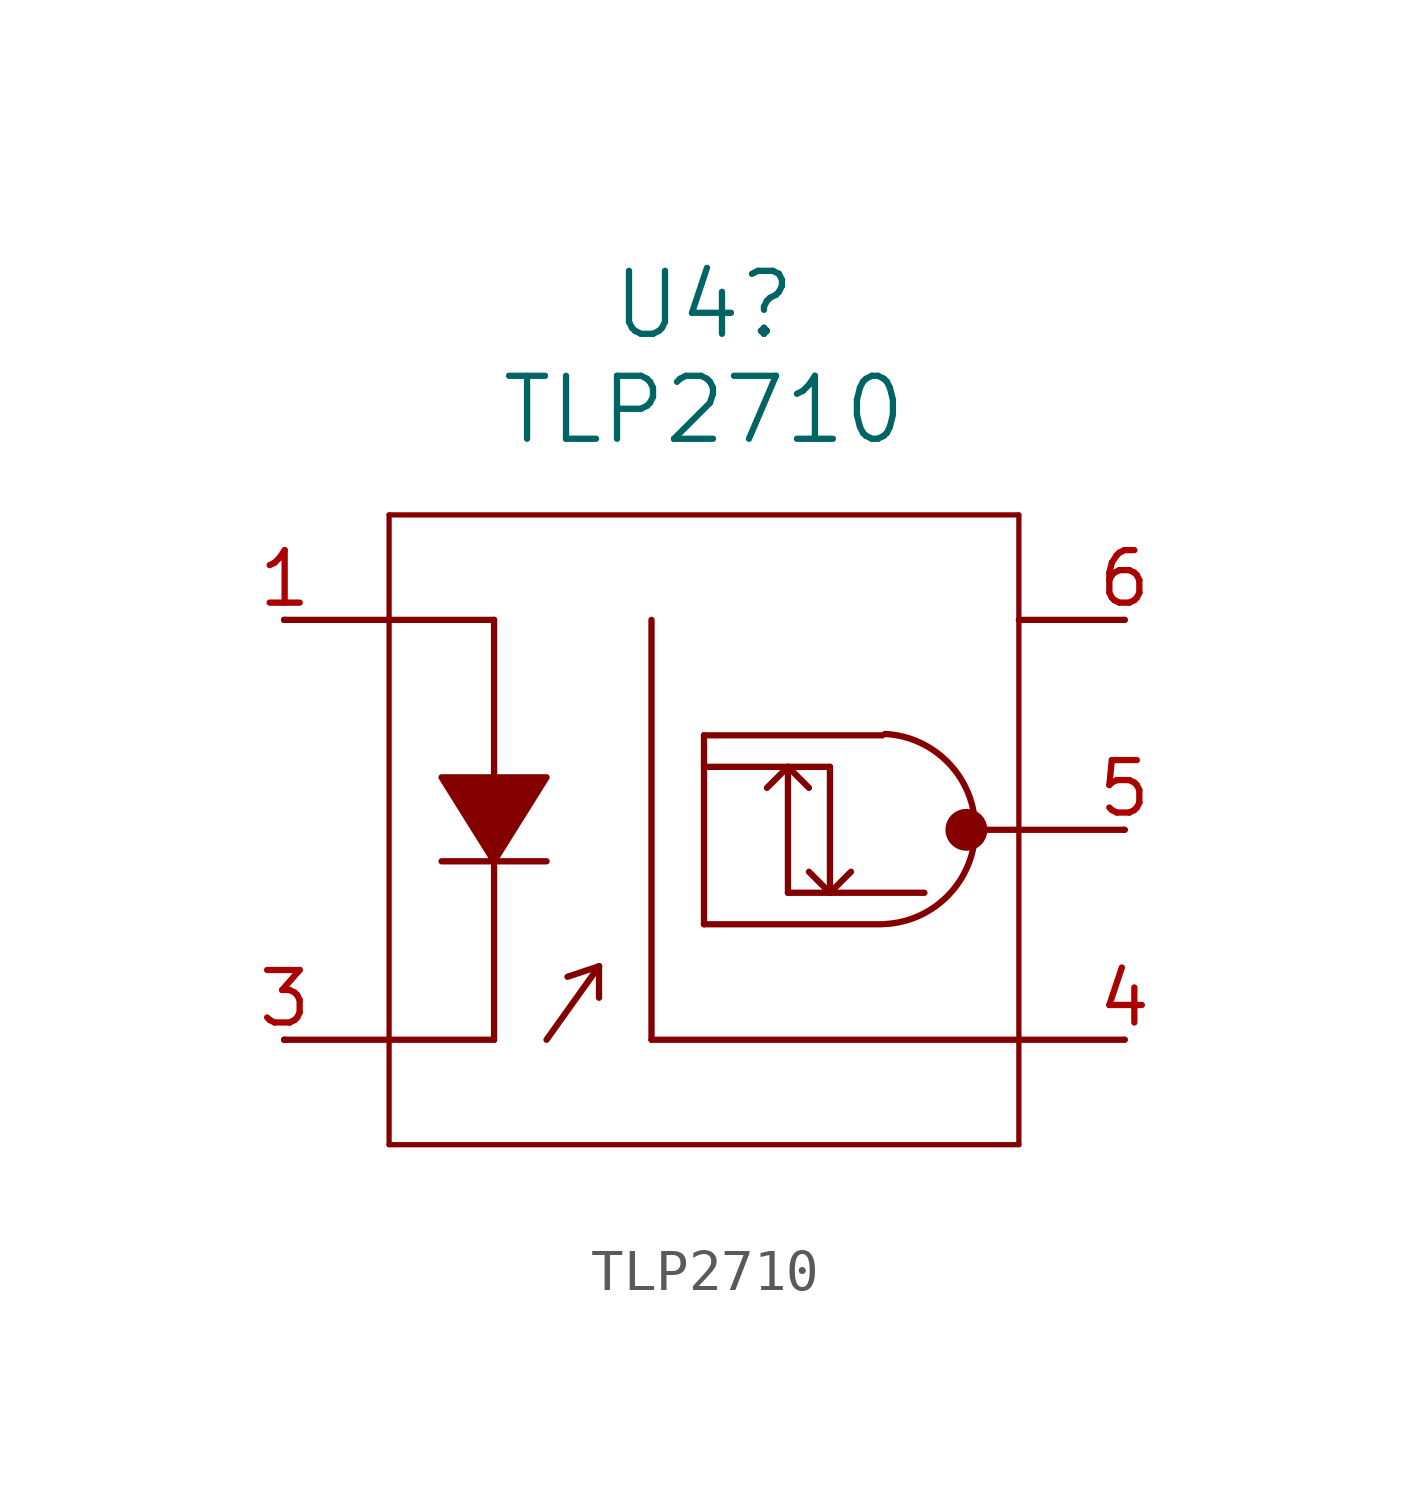
<source format=kicad_sym>
(kicad_symbol_lib
  (version 20231120)
  (generator "kicad_symbol_editor")
  (generator_version "8.0")
  (symbol "TLP2710"
    (pin_names
      (offset 0.254) hide)
    (property "Reference" "U4"
      (at 7.62 5.08 0)
      (effects (font (size 1.524 1.524))))
    (property "Value" "TLP2710"
      (at 7.62 2.54 0)
      (effects (font (size 1.524 1.524))))
    (symbol "TLP2710_0_1"
      (polyline (pts (xy -2.54 -12.7) (xy 0 -12.7)) (stroke (width 0) (type default)) (fill (type none)))
      (polyline (pts (xy -2.54 -2.54) (xy 0 -2.54)) (stroke (width 0) (type default)) (fill (type none)))
      (polyline (pts (xy 0 -15.24) (xy 0 0)) (stroke (width 0.127) (type default)) (fill (type none)))
      (polyline (pts (xy 0 0) (xy 15.24 0)) (stroke (width 0.127) (type default)) (fill (type none)))
      (polyline (pts (xy 1.27 -8.382) (xy 3.81 -8.382)) (stroke (width 0) (type default)) (fill (type none)))
      (polyline (pts (xy 2.54 -12.7) (xy 0 -12.7)) (stroke (width 0) (type default)) (fill (type none)))
      (polyline (pts (xy 2.54 -12.7) (xy 2.54 -8.382)) (stroke (width 0) (type default)) (fill (type none)))
      (polyline (pts (xy 2.54 -6.35) (xy 2.54 -2.54)) (stroke (width 0) (type default)) (fill (type none)))
      (polyline (pts (xy 2.54 -2.54) (xy 0 -2.54)) (stroke (width 0) (type default)) (fill (type none)))
      (polyline (pts (xy 4.318 -11.176) (xy 5.08 -10.922)) (stroke (width 0) (type default)) (fill (type none)))
      (polyline (pts (xy 5.08 -11.684) (xy 5.08 -10.922)) (stroke (width 0) (type default)) (fill (type none)))
      (polyline (pts (xy 5.08 -10.922) (xy 3.81 -12.7)) (stroke (width 0) (type default)) (fill (type none)))
      (polyline (pts (xy 6.35 -12.7) (xy 15.24 -12.7)) (stroke (width 0) (type default)) (fill (type none)))
      (polyline (pts (xy 6.35 -2.54) (xy 6.35 -12.7)) (stroke (width 0) (type default)) (fill (type none)))
      (polyline (pts (xy 7.62 -9.906) (xy 11.938 -9.906)) (stroke (width 0) (type default)) (fill (type none)))
      (polyline (pts (xy 7.62 -6.096) (xy 10.668 -6.096)) (stroke (width 0) (type default)) (fill (type none)))
      (polyline (pts (xy 7.62 -5.334) (xy 7.62 -9.906)) (stroke (width 0) (type default)) (fill (type none)))
      (polyline (pts (xy 7.62 -5.334) (xy 11.938 -5.334)) (stroke (width 0) (type default)) (fill (type none)))
      (polyline (pts (xy 9.652 -9.144) (xy 9.652 -6.096)) (stroke (width 0) (type default)) (fill (type none)))
      (polyline (pts (xy 9.652 -9.144) (xy 12.954 -9.144)) (stroke (width 0) (type default)) (fill (type none)))
      (polyline (pts (xy 9.652 -6.096) (xy 9.144 -6.604)) (stroke (width 0) (type default)) (fill (type none)))
      (polyline (pts (xy 9.652 -6.096) (xy 10.16 -6.604)) (stroke (width 0) (type default)) (fill (type none)))
      (polyline (pts (xy 10.668 -9.144) (xy 10.16 -8.636)) (stroke (width 0) (type default)) (fill (type none)))
      (polyline (pts (xy 10.668 -9.144) (xy 11.176 -8.636)) (stroke (width 0) (type default)) (fill (type none)))
      (polyline (pts (xy 10.668 -6.096) (xy 10.668 -9.144)) (stroke (width 0) (type default)) (fill (type none)))
      (polyline (pts (xy 14.478 -7.62) (xy 15.24 -7.62)) (stroke (width 0) (type default)) (fill (type none)))
      (polyline (pts (xy 15.24 -15.24) (xy 0 -15.24)) (stroke (width 0.127) (type default)) (fill (type none)))
      (polyline (pts (xy 15.24 0) (xy 15.24 -15.24)) (stroke (width 0.127) (type default)) (fill (type none)))
      (polyline (pts (xy 17.78 -12.7) (xy 15.24 -12.7)) (stroke (width 0) (type default)) (fill (type none)))
      (polyline (pts (xy 17.78 -7.62) (xy 15.24 -7.62)) (stroke (width 0) (type default)) (fill (type none)))
      (polyline (pts (xy 17.78 -2.54) (xy 15.24 -2.54)) (stroke (width 0) (type default)) (fill (type none)))
      (polyline (pts (xy 1.27 -6.35) (xy 1.27 -6.35) (xy 3.81 -6.35) (xy 2.54 -8.382) (xy 1.27 -6.35)) (stroke (width 0) (type default)) (fill (type outline)))
      (arc (start 12 -9.9) (mid 14.1818 -7.6) (end 12 -5.3) (stroke (width 0) (type default)) (fill (type none)))
      (circle (center 13.97 -7.62) (radius 0.254) (stroke (width 0.508) (type default)) (fill (type none)))
      (pin unspecified line (at -2.515 -2.54 180) (length 0.025) (name "1" (effects (font (size 1.27 1.27)))) (number "1" (effects (font (size 1.27 1.27)))))
      (pin unspecified line (at -2.515 -12.7 180) (length 0.025) (name "3" (effects (font (size 1.27 1.27)))) (number "3" (effects (font (size 1.27 1.27)))))
      (pin power_out line (at 17.805 -12.7 180) (length 0.025) (name "4" (effects (font (size 1.27 1.27)))) (number "4" (effects (font (size 1.27 1.27)))))
      (pin output line (at 17.805 -7.62 180) (length 0.025) (name "5" (effects (font (size 1.27 1.27)))) (number "5" (effects (font (size 1.27 1.27)))))
      (pin power_in line (at 17.805 -2.54 180) (length 0.025) (name "6" (effects (font (size 1.27 1.27)))) (number "6" (effects (font (size 1.27 1.27))))))))
</source>
